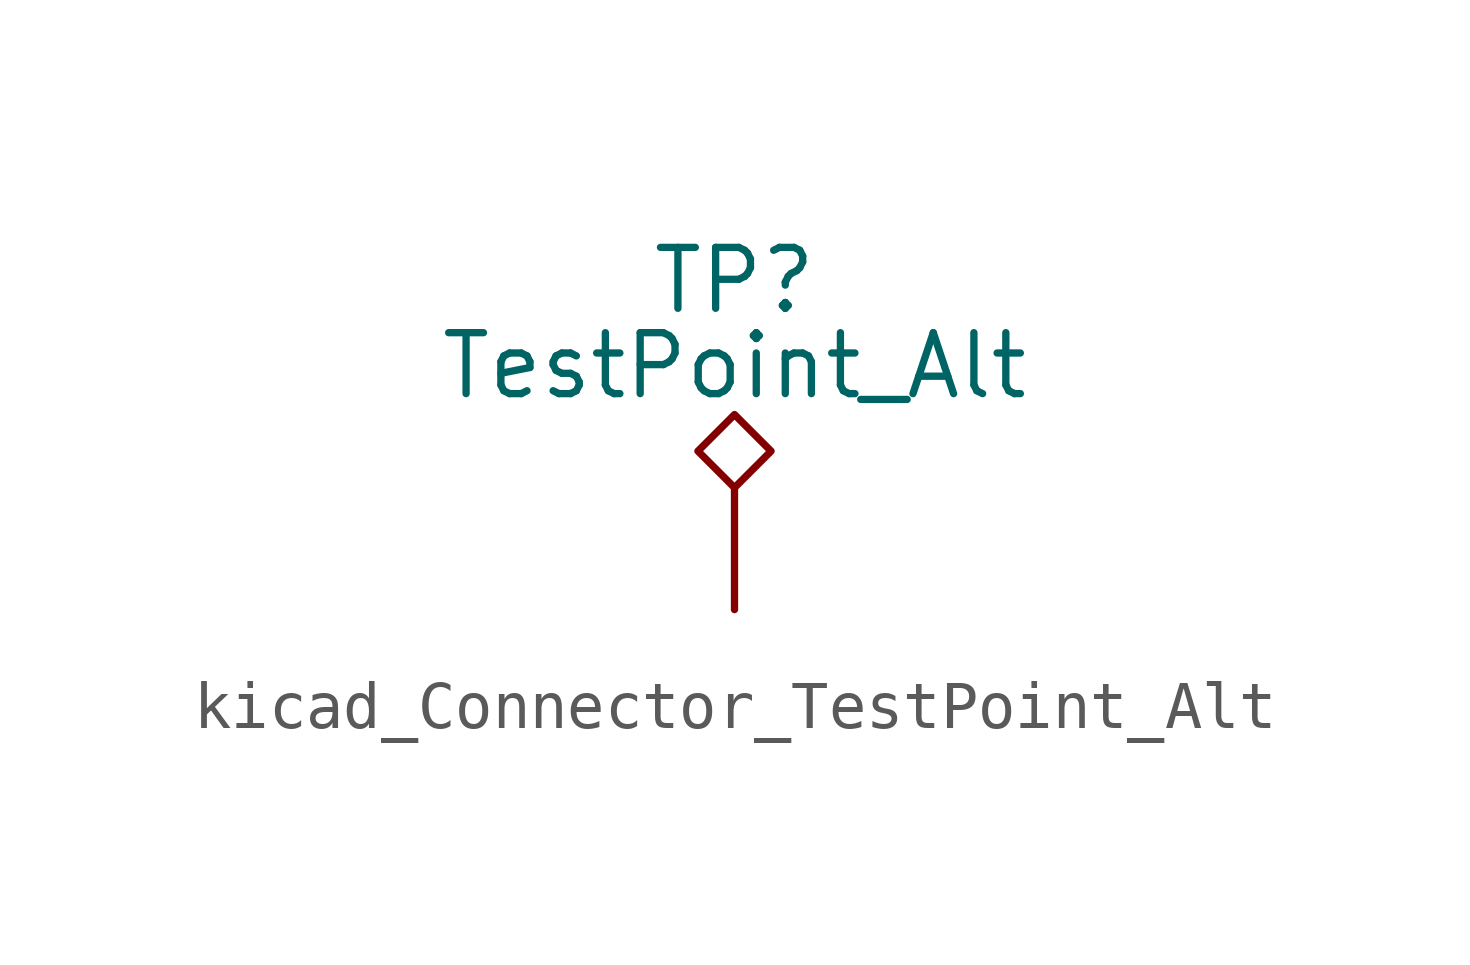
<source format=kicad_sym>
(kicad_symbol_lib
  (version 20220914)
  (generator kicad_symbol_editor)
  (symbol "kicad_Connector_TestPoint_Alt"
    (pin_numbers hide)
    (pin_names
      (offset 0.762) hide)
    (property "Reference" "TP"
      (at 0 6.858 0)
      (effects (font (size 1.27 1.27))))
    (property "Value" "TestPoint_Alt"
      (at 0 5.08 0)
      (effects (font (size 1.27 1.27))))
    (symbol "kicad_Connector_TestPoint_Alt_0_1"
      (polyline (pts (xy 0 2.54) (xy -0.762 3.302) (xy 0 4.064) (xy 0.762 3.302) (xy 0 2.54)) (stroke (width 0) (type default)) (fill (type none))))
    (symbol "kicad_Connector_TestPoint_Alt_1_1"
      (pin passive line (at 0 0 90) (length 2.54) (name "1" (effects (font (size 1.27 1.27)))) (number "1" (effects (font (size 1.27 1.27))))))))
</source>
